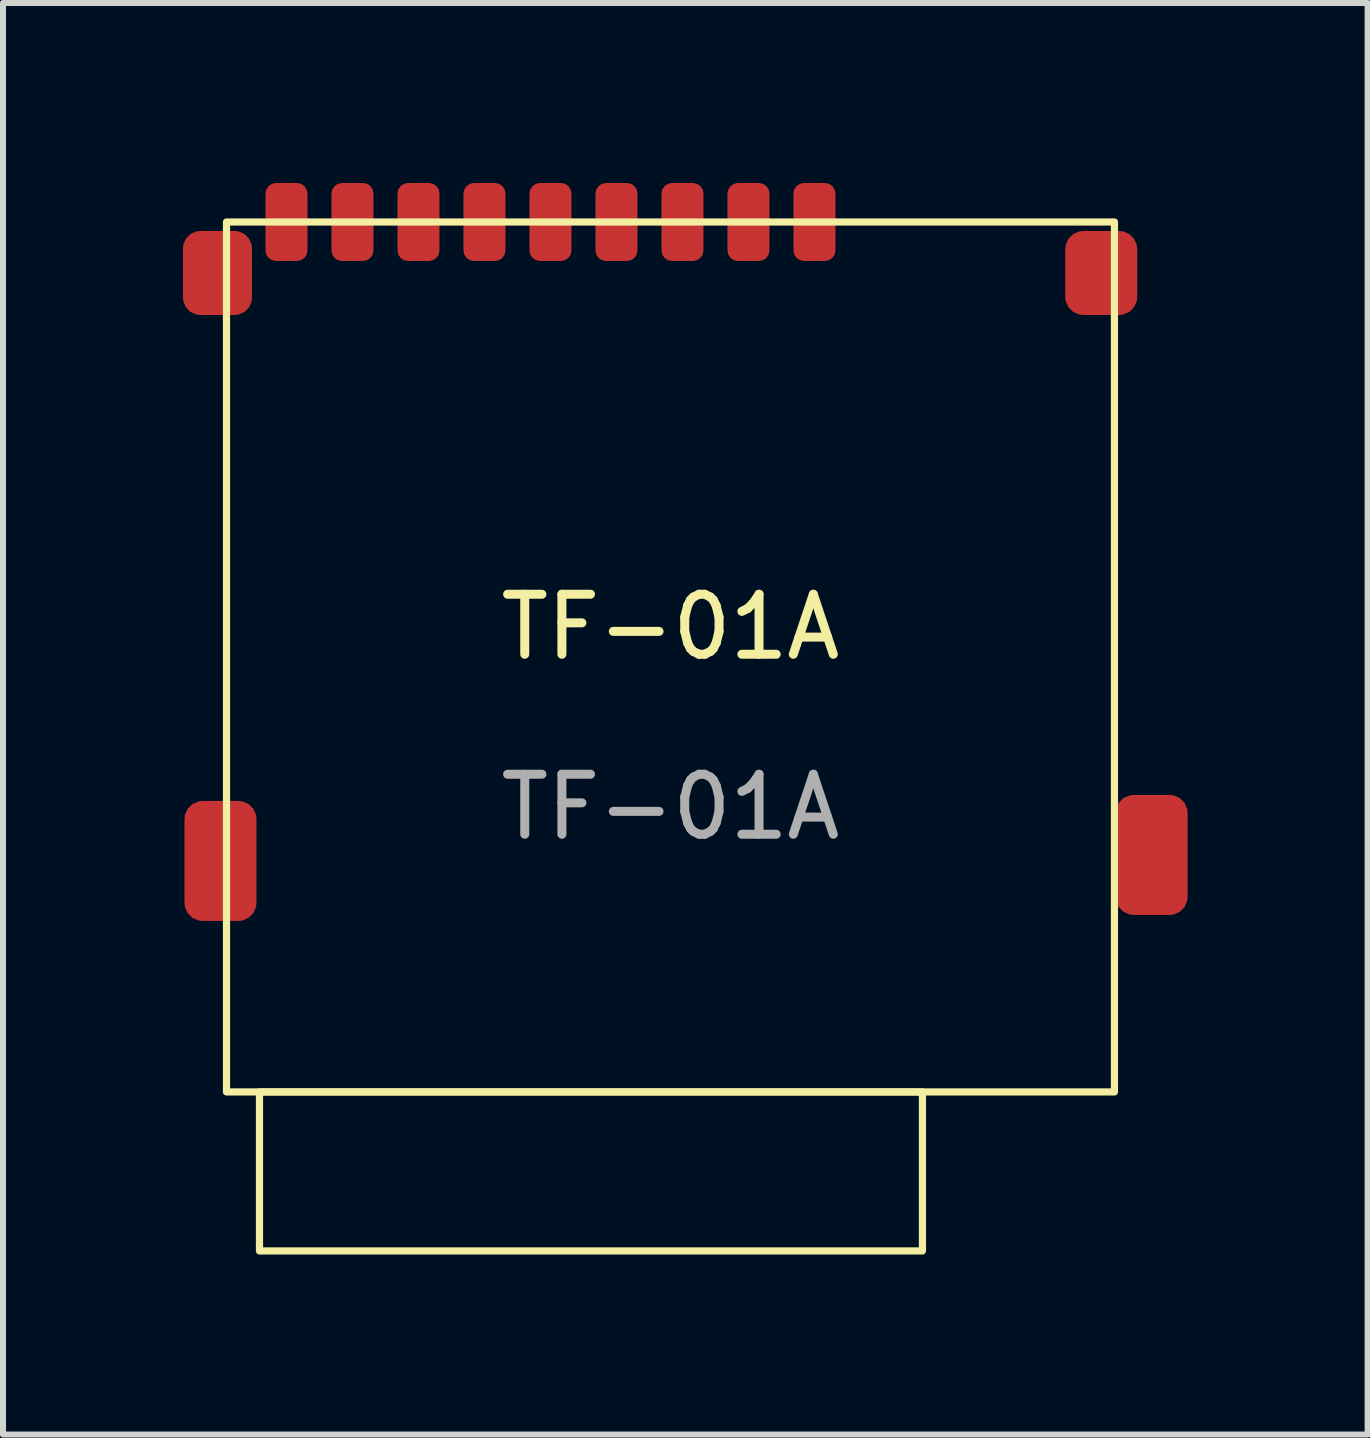
<source format=kicad_pcb>
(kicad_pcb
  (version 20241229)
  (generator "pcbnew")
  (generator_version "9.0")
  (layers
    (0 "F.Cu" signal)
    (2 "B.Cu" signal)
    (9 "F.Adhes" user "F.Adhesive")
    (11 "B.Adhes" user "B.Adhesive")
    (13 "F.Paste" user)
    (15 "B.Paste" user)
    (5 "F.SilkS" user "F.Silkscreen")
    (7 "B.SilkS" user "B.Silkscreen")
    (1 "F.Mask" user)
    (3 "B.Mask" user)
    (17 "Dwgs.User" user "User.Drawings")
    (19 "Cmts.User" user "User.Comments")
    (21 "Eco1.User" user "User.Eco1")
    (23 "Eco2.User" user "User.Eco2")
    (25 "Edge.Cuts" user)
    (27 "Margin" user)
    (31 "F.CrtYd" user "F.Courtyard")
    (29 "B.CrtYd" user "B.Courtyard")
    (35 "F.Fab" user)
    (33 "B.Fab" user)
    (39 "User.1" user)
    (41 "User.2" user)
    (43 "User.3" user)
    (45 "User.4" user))
  (footprint "TF-01A"
    (layer "F.Cu")
    (at 8.125 7.9)
    (property "Reference" "TF-01A" (at 0 -0.5 0) (unlocked yes) (layer "F.SilkS") (effects (font (size 1 1) (thickness 0.15))))
    (attr smd)
    (fp_rect (start -7.4 -7.25) (end 7.4 7.25) (stroke (width 0.12) (type solid)) (fill no) (layer "F.SilkS"))
    (fp_rect (start -6.85 7.25) (end 4.2 9.9) (stroke (width 0.12) (type solid)) (fill no) (layer "F.SilkS"))
    (fp_text user "${REFERENCE}" (at 0 2.5 0) (unlocked yes) (layer "F.Fab") (effects (font (size 1 1) (thickness 0.15))))
    (pad "1" smd roundrect (at 2.4 -7.25 180) (size 0.7 1.3) (layers "F.Cu" "F.Mask" "F.Paste") (roundrect_rratio 0.25))
    (pad "2" smd roundrect (at 1.3 -7.25 180) (size 0.7 1.3) (layers "F.Cu" "F.Mask" "F.Paste") (roundrect_rratio 0.25))
    (pad "3" smd roundrect (at 0.2 -7.25 180) (size 0.7 1.3) (layers "F.Cu" "F.Mask" "F.Paste") (roundrect_rratio 0.25))
    (pad "4" smd roundrect (at -0.9 -7.25 180) (size 0.7 1.3) (layers "F.Cu" "F.Mask" "F.Paste") (roundrect_rratio 0.25))
    (pad "5" smd roundrect (at -2 -7.25 180) (size 0.7 1.3) (layers "F.Cu" "F.Mask" "F.Paste") (roundrect_rratio 0.25))
    (pad "6" smd roundrect (at -3.1 -7.25 180) (size 0.7 1.3) (layers "F.Cu" "F.Mask" "F.Paste") (roundrect_rratio 0.25))
    (pad "7" smd roundrect (at -4.2 -7.25 180) (size 0.7 1.3) (layers "F.Cu" "F.Mask" "F.Paste") (roundrect_rratio 0.25))
    (pad "8" smd roundrect (at -5.3 -7.25 180) (size 0.7 1.3) (layers "F.Cu" "F.Mask" "F.Paste") (roundrect_rratio 0.25))
    (pad "9" smd roundrect (at -6.4 -7.25 180) (size 0.7 1.3) (layers "F.Cu" "F.Mask" "F.Paste") (roundrect_rratio 0.25))
    (pad "10" smd roundrect (at -7.55 -6.4) (size 1.15 1.4) (layers "F.Cu" "F.Mask" "F.Paste") (roundrect_rratio 0.25))
    (pad "10" smd roundrect (at -7.5 3.4) (size 1.2 2) (layers "F.Cu" "F.Mask" "F.Paste") (roundrect_rratio 0.25))
    (pad "10" smd roundrect (at 7.18 -6.4) (size 1.2 1.4) (layers "F.Cu" "F.Mask" "F.Paste") (roundrect_rratio 0.25))
    (pad "10" smd roundrect (at 8.02 3.3) (size 1.2 2) (layers "F.Cu" "F.Mask" "F.Paste") (roundrect_rratio 0.25)))
  (gr_rect
    (start -3 -3)
    (end 19.745 20.86)
    (stroke (width 0.1) (type default))
    (fill no)
    (layer "Edge.Cuts")))
</source>
